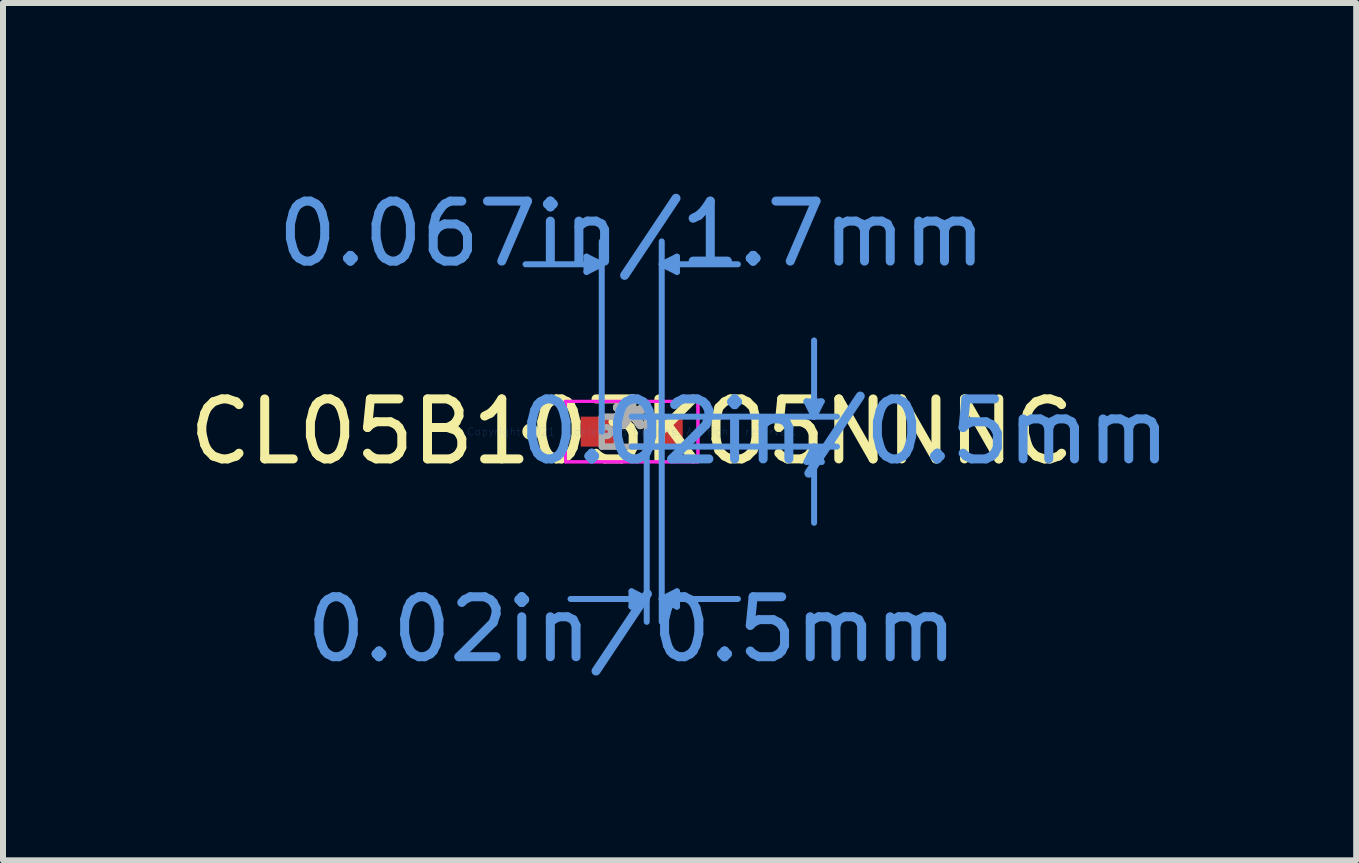
<source format=kicad_pcb>
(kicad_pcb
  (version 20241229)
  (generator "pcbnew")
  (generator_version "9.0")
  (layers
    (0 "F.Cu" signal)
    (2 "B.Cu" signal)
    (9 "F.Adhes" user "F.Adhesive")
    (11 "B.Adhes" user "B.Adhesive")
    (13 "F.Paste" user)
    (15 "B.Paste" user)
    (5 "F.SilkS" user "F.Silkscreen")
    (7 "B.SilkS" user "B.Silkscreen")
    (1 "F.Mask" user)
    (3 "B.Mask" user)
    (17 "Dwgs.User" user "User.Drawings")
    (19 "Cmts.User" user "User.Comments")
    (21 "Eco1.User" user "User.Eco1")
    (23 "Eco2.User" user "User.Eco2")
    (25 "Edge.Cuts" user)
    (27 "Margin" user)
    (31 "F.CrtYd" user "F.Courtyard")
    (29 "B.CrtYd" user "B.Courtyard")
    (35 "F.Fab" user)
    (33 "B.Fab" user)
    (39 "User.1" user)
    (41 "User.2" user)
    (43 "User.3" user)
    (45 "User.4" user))
  (footprint "CL05B103KO5NNNC"
    (layer "F.Cu")
    (at 7.482 4.146)
    (property "Reference" "CL05B103KO5NNNC" (at 0 0 0) (layer "F.SilkS") (effects (font (size 1 1) (thickness 0.15))))
    (attr through_hole)
    (fp_circle (center -1.688 0) (end -1.612 0) (stroke (width 0.12) (type solid)) (fill no) (layer "F.SilkS"))
    (fp_line (start -0.754 -2.917) (end -0.754 -2.663) (stroke (width 0.1) (type solid)) (layer "Cmts.User"))
    (fp_line (start -0.5 -2.79) (end -1.77 -2.79) (stroke (width 0.1) (type solid)) (layer "Cmts.User"))
    (fp_line (start -0.5 -2.79) (end -0.754 -2.917) (stroke (width 0.1) (type solid)) (layer "Cmts.User"))
    (fp_line (start -0.5 -2.79) (end -0.754 -2.663) (stroke (width 0.1) (type solid)) (layer "Cmts.User"))
    (fp_line (start -0.5 0) (end -0.5 -3.171) (stroke (width 0.1) (type solid)) (layer "Cmts.User"))
    (fp_line (start -0.004 2.663) (end -0.004 2.917) (stroke (width 0.1) (type solid)) (layer "Cmts.User"))
    (fp_line (start 0 -0.25) (end 3.421 -0.25) (stroke (width 0.1) (type solid)) (layer "Cmts.User"))
    (fp_line (start 0 0.25) (end 3.421 0.25) (stroke (width 0.1) (type solid)) (layer "Cmts.User"))
    (fp_line (start 0.25 0) (end 0.25 3.171) (stroke (width 0.1) (type solid)) (layer "Cmts.User"))
    (fp_line (start 0.25 2.79) (end -1.02 2.79) (stroke (width 0.1) (type solid)) (layer "Cmts.User"))
    (fp_line (start 0.25 2.79) (end -0.004 2.663) (stroke (width 0.1) (type solid)) (layer "Cmts.User"))
    (fp_line (start 0.25 2.79) (end -0.004 2.917) (stroke (width 0.1) (type solid)) (layer "Cmts.User"))
    (fp_line (start 0.5 -2.79) (end 0.754 -2.917) (stroke (width 0.1) (type solid)) (layer "Cmts.User"))
    (fp_line (start 0.5 -2.79) (end 0.754 -2.663) (stroke (width 0.1) (type solid)) (layer "Cmts.User"))
    (fp_line (start 0.5 -2.79) (end 1.77 -2.79) (stroke (width 0.1) (type solid)) (layer "Cmts.User"))
    (fp_line (start 0.5 0) (end 0.5 -3.171) (stroke (width 0.1) (type solid)) (layer "Cmts.User"))
    (fp_line (start 0.5 0) (end 0.5 3.171) (stroke (width 0.1) (type solid)) (layer "Cmts.User"))
    (fp_line (start 0.5 2.79) (end 0.754 2.663) (stroke (width 0.1) (type solid)) (layer "Cmts.User"))
    (fp_line (start 0.5 2.79) (end 0.754 2.917) (stroke (width 0.1) (type solid)) (layer "Cmts.User"))
    (fp_line (start 0.5 2.79) (end 1.77 2.79) (stroke (width 0.1) (type solid)) (layer "Cmts.User"))
    (fp_line (start 0.754 -2.917) (end 0.754 -2.663) (stroke (width 0.1) (type solid)) (layer "Cmts.User"))
    (fp_line (start 0.754 2.663) (end 0.754 2.917) (stroke (width 0.1) (type solid)) (layer "Cmts.User"))
    (fp_line (start 2.913 -0.504) (end 3.167 -0.504) (stroke (width 0.1) (type solid)) (layer "Cmts.User"))
    (fp_line (start 2.913 0.504) (end 3.167 0.504) (stroke (width 0.1) (type solid)) (layer "Cmts.User"))
    (fp_line (start 3.04 -0.25) (end 2.913 -0.504) (stroke (width 0.1) (type solid)) (layer "Cmts.User"))
    (fp_line (start 3.04 -0.25) (end 3.04 -1.52) (stroke (width 0.1) (type solid)) (layer "Cmts.User"))
    (fp_line (start 3.04 -0.25) (end 3.167 -0.504) (stroke (width 0.1) (type solid)) (layer "Cmts.User"))
    (fp_line (start 3.04 0.25) (end 2.913 0.504) (stroke (width 0.1) (type solid)) (layer "Cmts.User"))
    (fp_line (start 3.04 0.25) (end 3.04 1.52) (stroke (width 0.1) (type solid)) (layer "Cmts.User"))
    (fp_line (start 3.04 0.25) (end 3.167 0.504) (stroke (width 0.1) (type solid)) (layer "Cmts.User"))
    (fp_line (start -1.104 -0.504) (end 1.104 -0.504) (stroke (width 0.05) (type solid)) (layer "F.CrtYd"))
    (fp_line (start -1.104 -0.504) (end 1.104 -0.504) (stroke (width 0.05) (type solid)) (layer "F.CrtYd"))
    (fp_line (start -1.104 0.504) (end -1.104 -0.504) (stroke (width 0.05) (type solid)) (layer "F.CrtYd"))
    (fp_line (start -1.104 0.504) (end -1.104 -0.504) (stroke (width 0.05) (type solid)) (layer "F.CrtYd"))
    (fp_line (start 1.104 -0.504) (end 1.104 0.504) (stroke (width 0.05) (type solid)) (layer "F.CrtYd"))
    (fp_line (start 1.104 -0.504) (end 1.104 0.504) (stroke (width 0.05) (type solid)) (layer "F.CrtYd"))
    (fp_line (start 1.104 0.504) (end -1.104 0.504) (stroke (width 0.05) (type solid)) (layer "F.CrtYd"))
    (fp_line (start 1.104 0.504) (end -1.104 0.504) (stroke (width 0.05) (type solid)) (layer "F.CrtYd"))
    (fp_line (start -0.5 -0.25) (end -0.5 0.25) (stroke (width 0.1) (type solid)) (layer "F.Fab"))
    (fp_line (start -0.5 -0.25) (end -0.5 0.25) (stroke (width 0.1) (type solid)) (layer "F.Fab"))
    (fp_line (start -0.5 0.25) (end -0.25 0.25) (stroke (width 0.1) (type solid)) (layer "F.Fab"))
    (fp_line (start -0.5 0.25) (end 0.5 0.25) (stroke (width 0.1) (type solid)) (layer "F.Fab"))
    (fp_line (start -0.25 -0.25) (end -0.5 -0.25) (stroke (width 0.1) (type solid)) (layer "F.Fab"))
    (fp_line (start -0.25 0.25) (end -0.25 -0.25) (stroke (width 0.1) (type solid)) (layer "F.Fab"))
    (fp_line (start 0.25 -0.25) (end 0.25 0.25) (stroke (width 0.1) (type solid)) (layer "F.Fab"))
    (fp_line (start 0.25 0.25) (end 0.5 0.25) (stroke (width 0.1) (type solid)) (layer "F.Fab"))
    (fp_line (start 0.5 -0.25) (end -0.5 -0.25) (stroke (width 0.1) (type solid)) (layer "F.Fab"))
    (fp_line (start 0.5 -0.25) (end 0.25 -0.25) (stroke (width 0.1) (type solid)) (layer "F.Fab"))
    (fp_line (start 0.5 0.25) (end 0.5 -0.25) (stroke (width 0.1) (type solid)) (layer "F.Fab"))
    (fp_line (start 0.5 0.25) (end 0.5 -0.25) (stroke (width 0.1) (type solid)) (layer "F.Fab"))
    (fp_circle (center -0.423 0) (end -0.347 0) (stroke (width 0.1) (type solid)) (fill no) (layer "F.Fab"))
    (fp_text user "*" (at 0 0 0) (layer "F.SilkS") (effects (font (size 1 1) (thickness 0.15))))
    (fp_text user "0.02in/0.5mm" (at 3.548 0 0) (layer "Cmts.User") (effects (font (size 1 1) (thickness 0.15))))
    (fp_text user "0.067in/1.7mm" (at 0 -3.298 0) (layer "Cmts.User") (effects (font (size 1 1) (thickness 0.15))))
    (fp_text user "0.02in/0.5mm" (at 0 3.298 0) (layer "Cmts.User") (effects (font (size 1 1) (thickness 0.15))))
    (fp_text user "Copyright 2021 Accelerated Designs. All rights reserved." (at 0 0 0) (layer "Cmts.User") (effects (font (size 0.127 0.127) (thickness 0.002))))
    (fp_text user "*" (at 0 0 0) (layer "F.Fab") (effects (font (size 1 1) (thickness 0.15))))
    (pad "1" smd rect (at -0.55 0) (size 0.6 0.5) (layers "F.Cu" "F.Mask" "F.Paste"))
    (pad "2" smd rect (at 0.55 0) (size 0.6 0.5) (layers "F.Cu" "F.Mask" "F.Paste")))
  (gr_rect
    (start -3 -3)
    (end 19.56 11.293)
    (stroke (width 0.1) (type default))
    (fill no)
    (layer "Edge.Cuts")))
</source>
